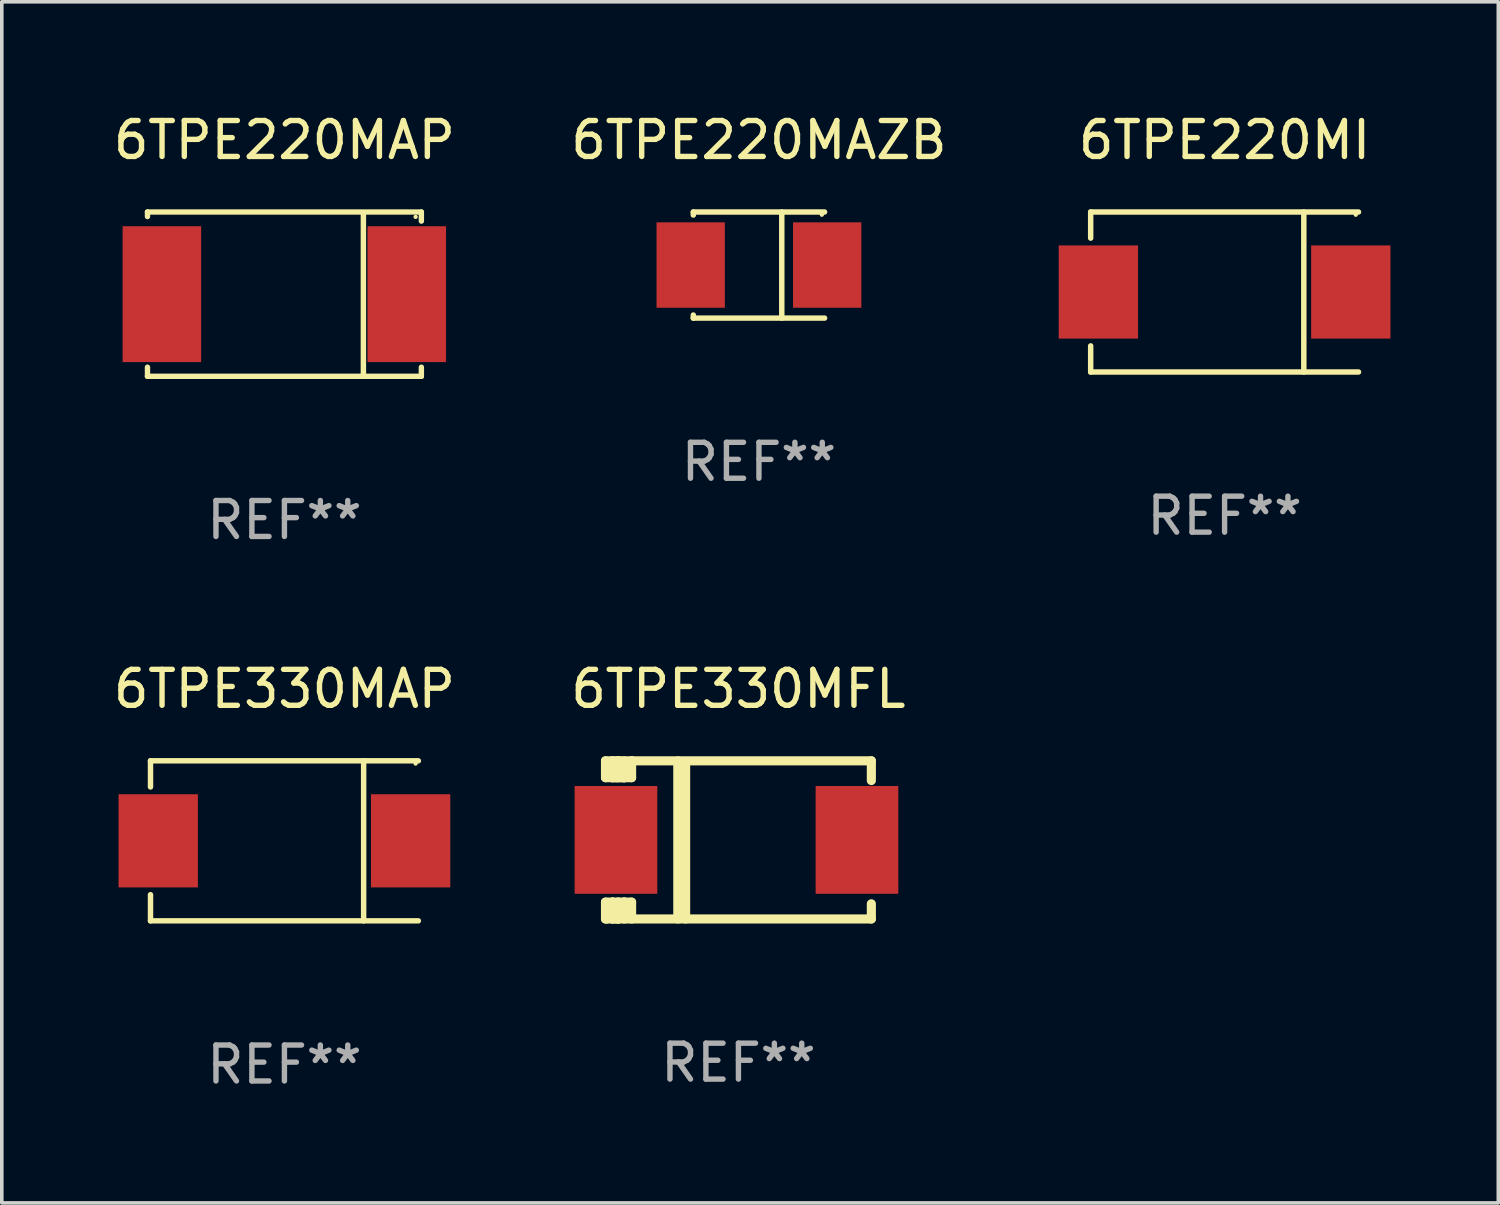
<source format=kicad_pcb>
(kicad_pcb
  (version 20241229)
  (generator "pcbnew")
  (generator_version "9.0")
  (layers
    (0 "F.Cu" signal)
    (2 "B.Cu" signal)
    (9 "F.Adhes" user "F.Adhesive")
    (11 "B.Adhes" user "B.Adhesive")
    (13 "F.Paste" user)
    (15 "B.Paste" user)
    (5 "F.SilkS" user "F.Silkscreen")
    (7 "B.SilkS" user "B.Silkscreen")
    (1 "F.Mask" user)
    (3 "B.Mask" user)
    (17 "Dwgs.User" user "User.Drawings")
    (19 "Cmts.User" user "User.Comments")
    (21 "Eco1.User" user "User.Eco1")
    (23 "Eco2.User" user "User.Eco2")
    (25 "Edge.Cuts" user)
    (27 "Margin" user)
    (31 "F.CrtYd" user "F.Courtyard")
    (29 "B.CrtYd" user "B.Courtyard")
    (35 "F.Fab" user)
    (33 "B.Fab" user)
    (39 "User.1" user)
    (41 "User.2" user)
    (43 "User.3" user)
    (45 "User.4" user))
  (footprint "6TPE330MFL"
    (layer "F.Cu")
    (at 17.494 20.317)
    (property "Reference" "6TPE330MFL" (at 0 -4.2 0) (layer "F.SilkS") (effects (font (size 1 1) (thickness 0.15))))
    (attr through_hole)
    (fp_line (start -3.698 -2.2) (end -3.502 -2.2) (stroke (width 0.254) (type solid)) (layer "F.SilkS"))
    (fp_line (start -3.698 -1.731) (end -3.698 -2.2) (stroke (width 0.254) (type solid)) (layer "F.SilkS"))
    (fp_line (start -3.698 -1.731) (end -3.502 -1.731) (stroke (width 0.254) (type solid)) (layer "F.SilkS"))
    (fp_line (start -3.698 1.731) (end -3.502 1.731) (stroke (width 0.254) (type solid)) (layer "F.SilkS"))
    (fp_line (start -3.698 2.2) (end -3.698 1.731) (stroke (width 0.254) (type solid)) (layer "F.SilkS"))
    (fp_line (start -3.66 2.2) (end -3.698 2.2) (stroke (width 0.254) (type solid)) (layer "F.SilkS"))
    (fp_line (start -3.66 2.2) (end -3.346 2.2) (stroke (width 0.254) (type solid)) (layer "F.SilkS"))
    (fp_line (start -3.502 -2.2) (end 3.698 -2.2) (stroke (width 0.254) (type solid)) (layer "F.SilkS"))
    (fp_line (start -3.502 -1.731) (end -3.502 -2.2) (stroke (width 0.254) (type solid)) (layer "F.SilkS"))
    (fp_line (start -3.502 1.731) (end -3.502 1.778) (stroke (width 0.254) (type solid)) (layer "F.SilkS"))
    (fp_line (start -3.502 1.731) (end -3.178 1.731) (stroke (width 0.254) (type solid)) (layer "F.SilkS"))
    (fp_line (start -3.502 1.778) (end -3.502 1.731) (stroke (width 0.254) (type solid)) (layer "F.SilkS"))
    (fp_line (start -3.502 2.2) (end -3.502 1.778) (stroke (width 0.254) (type solid)) (layer "F.SilkS"))
    (fp_line (start -3.502 2.2) (end 3.698 2.2) (stroke (width 0.254) (type solid)) (layer "F.SilkS"))
    (fp_line (start -3.367 -2.2) (end -3.367 -1.731) (stroke (width 0.254) (type solid)) (layer "F.SilkS"))
    (fp_line (start -3.346 1.731) (end -3.346 2.2) (stroke (width 0.254) (type solid)) (layer "F.SilkS"))
    (fp_line (start -3.346 2.2) (end -3.346 2.2) (stroke (width 0.254) (type solid)) (layer "F.SilkS"))
    (fp_line (start -3.332 1.731) (end -3.346 1.731) (stroke (width 0.254) (type solid)) (layer "F.SilkS"))
    (fp_line (start -3.303 -2.2) (end -3.367 -2.2) (stroke (width 0.254) (type solid)) (layer "F.SilkS"))
    (fp_line (start -3.179 -1.731) (end -3.179 -1.731) (stroke (width 0.254) (type solid)) (layer "F.SilkS"))
    (fp_line (start -3.179 1.731) (end -3.179 2.2) (stroke (width 0.254) (type solid)) (layer "F.SilkS"))
    (fp_line (start -3.178 -1.731) (end -3.502 -1.731) (stroke (width 0.254) (type solid)) (layer "F.SilkS"))
    (fp_line (start -3.178 -1.731) (end -3.179 -1.731) (stroke (width 0.254) (type solid)) (layer "F.SilkS"))
    (fp_line (start -3.178 -1.731) (end -3.178 -2.2) (stroke (width 0.254) (type solid)) (layer "F.SilkS"))
    (fp_line (start -3.178 1.731) (end -3.178 1.731) (stroke (width 0.254) (type solid)) (layer "F.SilkS"))
    (fp_line (start -2.972 -2.2) (end -2.972 -1.731) (stroke (width 0.254) (type solid)) (layer "F.SilkS"))
    (fp_line (start -2.972 -1.731) (end -3.502 -1.731) (stroke (width 0.254) (type solid)) (layer "F.SilkS"))
    (fp_line (start -2.972 1.731) (end -3.179 1.731) (stroke (width 0.254) (type solid)) (layer "F.SilkS"))
    (fp_line (start -2.972 1.731) (end -2.972 2.2) (stroke (width 0.254) (type solid)) (layer "F.SilkS"))
    (fp_line (start -2.957 -2.2) (end -2.972 -2.2) (stroke (width 0.254) (type solid)) (layer "F.SilkS"))
    (fp_line (start -1.686 -2.2) (end -1.686 2.2) (stroke (width 0.254) (type solid)) (layer "F.SilkS"))
    (fp_line (start -1.469 -2.159) (end -1.469 2.2) (stroke (width 0.254) (type solid)) (layer "F.SilkS"))
    (fp_line (start -1.452 -2.159) (end -1.469 -2.159) (stroke (width 0.254) (type solid)) (layer "F.SilkS"))
    (fp_line (start 3.698 -2.2) (end 3.698 -1.651) (stroke (width 0.254) (type solid)) (layer "F.SilkS"))
    (fp_line (start 3.698 2.2) (end 3.698 1.778) (stroke (width 0.254) (type solid)) (layer "F.SilkS"))
    (fp_circle (center -3.552 2.15) (end -3.522 2.15) (stroke (width 0.06) (type solid)) (fill no) (layer "F.SilkS"))
    (fp_text user "REF**" (at 0 6.2 0) (layer "F.Fab") (effects (font (size 1 1) (thickness 0.15))))
    (pad "1" smd rect (at -3.407 0) (size 2.3 3) (layers "F.Cu" "F.Mask" "F.Paste"))
    (pad "2" smd rect (at 3.298 0) (size 2.3 3) (layers "F.Cu" "F.Mask" "F.Paste")))
  (footprint "6TPE220MAZB"
    (layer "F.Cu")
    (at 18.065 4.324)
    (property "Reference" "6TPE220MAZB" (at 0 -3.476 0) (layer "F.SilkS") (effects (font (size 1 1) (thickness 0.15))))
    (attr through_hole)
    (fp_line (start -1.826 -1.476) (end -1.826 -1.391) (stroke (width 0.152) (type solid)) (layer "F.SilkS"))
    (fp_line (start -1.826 -1.476) (end 1.826 -1.476) (stroke (width 0.152) (type solid)) (layer "F.SilkS"))
    (fp_line (start -1.826 1.476) (end -1.826 1.391) (stroke (width 0.152) (type solid)) (layer "F.SilkS"))
    (fp_line (start -1.826 1.476) (end 1.826 1.476) (stroke (width 0.152) (type solid)) (layer "F.SilkS"))
    (fp_line (start 0.635 -1.476) (end 0.635 1.476) (stroke (width 0.152) (type solid)) (layer "F.SilkS"))
    (fp_circle (center 1.75 -1.4) (end 1.78 -1.4) (stroke (width 0.06) (type solid)) (fill no) (layer "F.SilkS"))
    (fp_text user "REF**" (at 0 5.476 0) (layer "F.Fab") (effects (font (size 1 1) (thickness 0.15))))
    (pad "1" smd rect (at 1.899 0) (size 1.9 2.376) (layers "F.Cu" "F.Mask" "F.Paste"))
    (pad "2" smd rect (at -1.899 0) (size 1.9 2.376) (layers "F.Cu" "F.Mask" "F.Paste")))
  (footprint "6TPE220MI"
    (layer "F.Cu")
    (at 31.02 5.074)
    (property "Reference" "6TPE220MI" (at 0 -4.226 0) (layer "F.SilkS") (effects (font (size 1 1) (thickness 0.15))))
    (attr through_hole)
    (fp_line (start -3.726 -2.226) (end -3.726 -1.499) (stroke (width 0.152) (type solid)) (layer "F.SilkS"))
    (fp_line (start -3.726 -2.226) (end 3.726 -2.226) (stroke (width 0.152) (type solid)) (layer "F.SilkS"))
    (fp_line (start -3.726 2.226) (end -3.726 1.499) (stroke (width 0.152) (type solid)) (layer "F.SilkS"))
    (fp_line (start -3.726 2.226) (end 3.726 2.226) (stroke (width 0.152) (type solid)) (layer "F.SilkS"))
    (fp_line (start 2.204 -2.226) (end 2.204 2.226) (stroke (width 0.152) (type solid)) (layer "F.SilkS"))
    (fp_circle (center 3.65 -2.15) (end 3.68 -2.15) (stroke (width 0.06) (type solid)) (fill no) (layer "F.SilkS"))
    (fp_text user "REF**" (at 0 6.226 0) (layer "F.Fab") (effects (font (size 1 1) (thickness 0.15))))
    (pad "1" smd rect (at 3.511 0) (size 2.207 2.592) (layers "F.Cu" "F.Mask" "F.Paste"))
    (pad "2" smd rect (at -3.511 0) (size 2.207 2.592) (layers "F.Cu" "F.Mask" "F.Paste")))
  (footprint "6TPE220MAP"
    (layer "F.Cu")
    (at 4.863 5.134)
    (property "Reference" "6TPE220MAP" (at 0 -4.286 0) (layer "F.SilkS") (effects (font (size 1 1) (thickness 0.15))))
    (attr through_hole)
    (fp_line (start -3.81 -2.286) (end -3.81 -2.159) (stroke (width 0.15) (type solid)) (layer "F.SilkS"))
    (fp_line (start -3.81 2.032) (end -3.81 2.286) (stroke (width 0.15) (type solid)) (layer "F.SilkS"))
    (fp_line (start -3.81 2.286) (end 3.81 2.286) (stroke (width 0.15) (type solid)) (layer "F.SilkS"))
    (fp_line (start 2.197 -2.226) (end 2.197 2.226) (stroke (width 0.152) (type solid)) (layer "F.SilkS"))
    (fp_line (start 3.81 -2.286) (end -3.81 -2.286) (stroke (width 0.15) (type solid)) (layer "F.SilkS"))
    (fp_line (start 3.81 -2.032) (end 3.81 -2.286) (stroke (width 0.15) (type solid)) (layer "F.SilkS"))
    (fp_line (start 3.81 2.286) (end 3.81 2.032) (stroke (width 0.15) (type solid)) (layer "F.SilkS"))
    (fp_circle (center 3.65 -2.15) (end 3.68 -2.15) (stroke (width 0.06) (type solid)) (fill no) (layer "F.SilkS"))
    (fp_text user "REF**" (at 0 6.286 0) (layer "F.Fab") (effects (font (size 1 1) (thickness 0.15))))
    (pad "1" smd rect (at 3.404 0 180) (size 2.185 3.78) (layers "F.Cu" "F.Mask" "F.Paste"))
    (pad "2" smd rect (at -3.409 0 180) (size 2.185 3.78) (layers "F.Cu" "F.Mask" "F.Paste")))
  (footprint "6TPE330MAP"
    (layer "F.Cu")
    (at 4.863 20.343)
    (property "Reference" "6TPE330MAP" (at 0 -4.226 0) (layer "F.SilkS") (effects (font (size 1 1) (thickness 0.15))))
    (attr through_hole)
    (fp_line (start -3.726 -2.226) (end -3.726 -1.499) (stroke (width 0.152) (type solid)) (layer "F.SilkS"))
    (fp_line (start -3.726 -2.226) (end 3.726 -2.226) (stroke (width 0.152) (type solid)) (layer "F.SilkS"))
    (fp_line (start -3.726 2.226) (end -3.726 1.499) (stroke (width 0.152) (type solid)) (layer "F.SilkS"))
    (fp_line (start -3.726 2.226) (end 3.726 2.226) (stroke (width 0.152) (type solid)) (layer "F.SilkS"))
    (fp_line (start 2.204 -2.226) (end 2.204 2.226) (stroke (width 0.152) (type solid)) (layer "F.SilkS"))
    (fp_circle (center 3.65 -2.15) (end 3.68 -2.15) (stroke (width 0.06) (type solid)) (fill no) (layer "F.SilkS"))
    (fp_text user "REF**" (at 0 6.226 0) (layer "F.Fab") (effects (font (size 1 1) (thickness 0.15))))
    (pad "1" smd rect (at 3.511 0) (size 2.207 2.592) (layers "F.Cu" "F.Mask" "F.Paste"))
    (pad "2" smd rect (at -3.511 0) (size 2.207 2.592) (layers "F.Cu" "F.Mask" "F.Paste")))
  (gr_rect
    (start -3 -3)
    (end 38.635 30.417)
    (stroke (width 0.1) (type default))
    (fill no)
    (layer "Edge.Cuts")))
</source>
